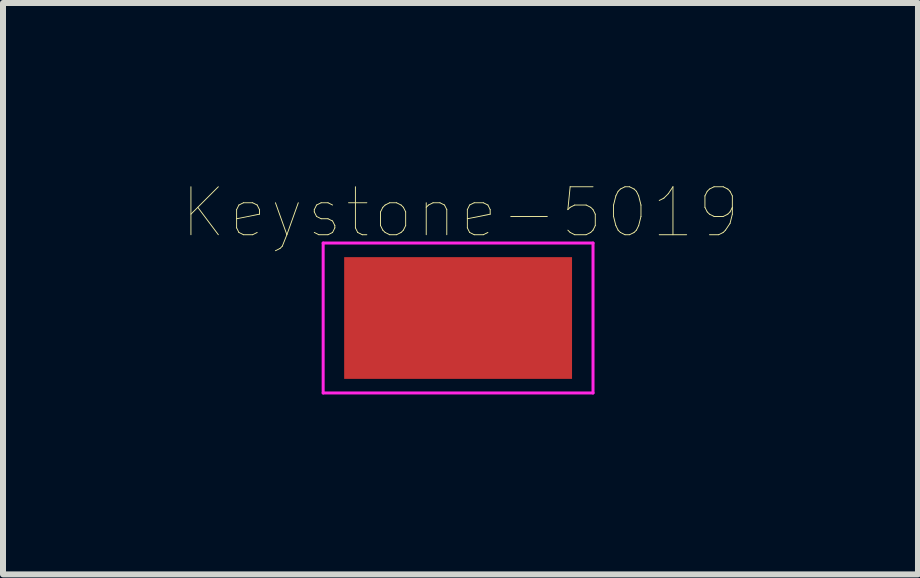
<source format=kicad_pcb>
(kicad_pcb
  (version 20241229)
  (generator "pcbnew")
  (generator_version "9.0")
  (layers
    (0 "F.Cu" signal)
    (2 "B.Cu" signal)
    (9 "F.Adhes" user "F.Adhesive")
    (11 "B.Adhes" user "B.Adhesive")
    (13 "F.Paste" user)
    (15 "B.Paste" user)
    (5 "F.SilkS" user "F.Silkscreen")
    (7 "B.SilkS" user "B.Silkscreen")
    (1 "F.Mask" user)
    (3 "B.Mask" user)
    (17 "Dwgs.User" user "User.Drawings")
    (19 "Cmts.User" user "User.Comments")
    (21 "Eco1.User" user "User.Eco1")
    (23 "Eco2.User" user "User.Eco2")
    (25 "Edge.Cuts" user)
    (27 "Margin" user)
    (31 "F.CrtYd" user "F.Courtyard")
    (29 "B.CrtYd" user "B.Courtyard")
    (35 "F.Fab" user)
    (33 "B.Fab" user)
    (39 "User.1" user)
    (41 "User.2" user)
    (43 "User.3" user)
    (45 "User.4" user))
  (footprint "Keystone-5019"
    (layer "F.Cu")
    (at 4.589 2.253)
    (property "Reference" "Keystone-5019" (at 0.04 -1.758 0) (layer "F.SilkS") (effects (font (size 0.8 0.8) (thickness 0.015))))
    (attr through_hole)
    (fp_line (start -2.25 -1.25) (end 2.25 -1.25) (stroke (width 0.05) (type solid)) (layer "F.CrtYd"))
    (fp_line (start -2.25 1.25) (end -2.25 -1.25) (stroke (width 0.05) (type solid)) (layer "F.CrtYd"))
    (fp_line (start 2.25 -1.25) (end 2.25 1.25) (stroke (width 0.05) (type solid)) (layer "F.CrtYd"))
    (fp_line (start 2.25 1.25) (end -2.25 1.25) (stroke (width 0.05) (type solid)) (layer "F.CrtYd"))
    (pad "1" smd rect (at 0 0) (size 3.8 2.03) (layers "F.Cu" "F.Mask" "F.Paste")))
  (gr_rect
    (start -3 -3)
    (end 12.258 6.528)
    (stroke (width 0.1) (type default))
    (fill no)
    (layer "Edge.Cuts")))
</source>
